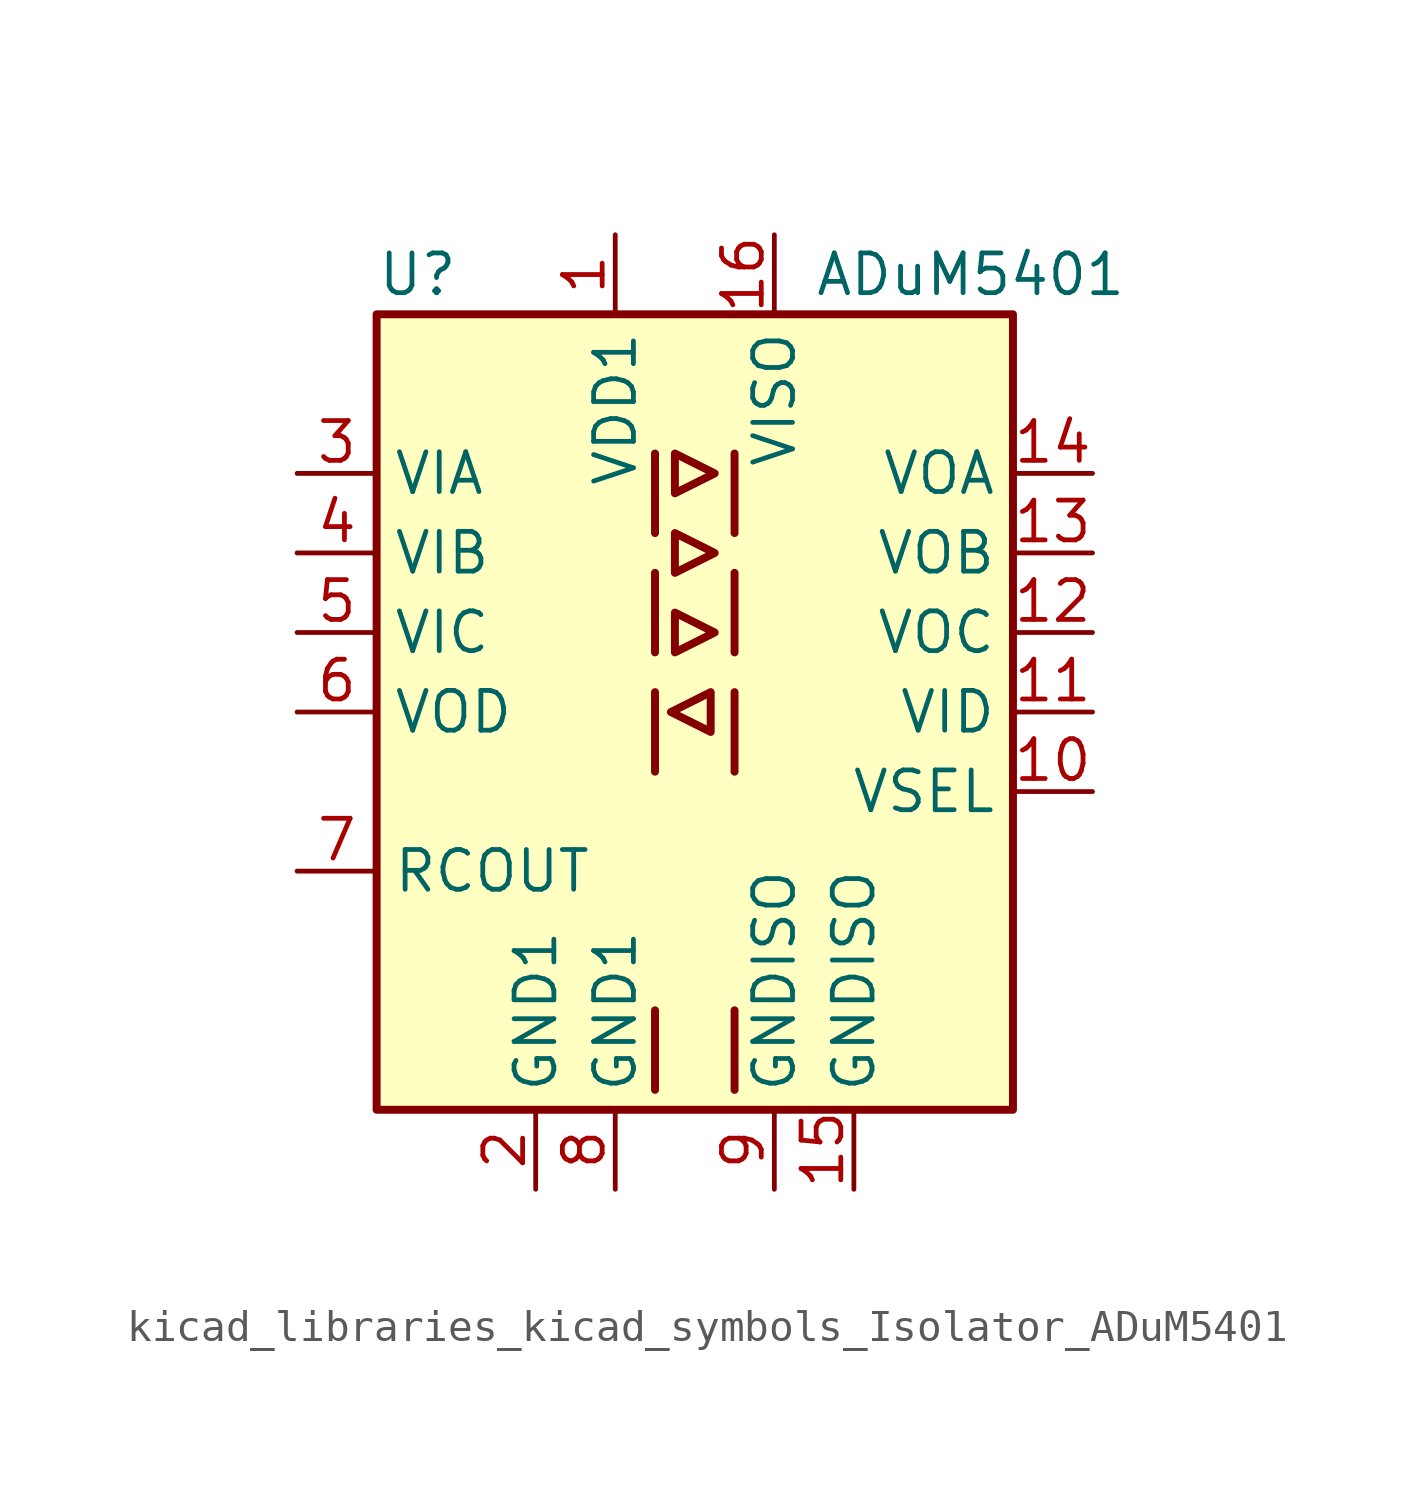
<source format=kicad_sym>
(kicad_symbol_lib
  (version 20220914)
  (generator kicad_symbol_editor)
  (symbol "kicad_libraries_kicad_symbols_Isolator_ADuM5401"
    (property "Reference" "U"
      (at -10.16 13.97 0)
      (effects (font (size 1.27 1.27)) (justify left)))
    (property "Value" "ADuM5401"
      (at 3.81 13.97 0)
      (effects (font (size 1.27 1.27)) (justify left)))
    (symbol "kicad_libraries_kicad_symbols_Isolator_ADuM5401_0_1"
      (rectangle (start -10.16 12.7) (end 10.16 -12.7) (stroke (width 0.254) (type default)) (fill (type background)))
      (polyline (pts (xy -1.27 -9.525) (xy -1.27 -12.065)) (stroke (width 0.254) (type default)) (fill (type none)))
      (polyline (pts (xy -1.27 0.635) (xy -1.27 -1.905)) (stroke (width 0.254) (type default)) (fill (type none)))
      (polyline (pts (xy -1.27 4.445) (xy -1.27 1.905)) (stroke (width 0.254) (type default)) (fill (type none)))
      (polyline (pts (xy -1.27 8.255) (xy -1.27 5.715)) (stroke (width 0.254) (type default)) (fill (type none)))
      (polyline (pts (xy 1.27 -9.525) (xy 1.27 -12.065)) (stroke (width 0.254) (type default)) (fill (type none)))
      (polyline (pts (xy 1.27 0.635) (xy 1.27 -1.905)) (stroke (width 0.254) (type default)) (fill (type none)))
      (polyline (pts (xy 1.27 4.445) (xy 1.27 1.905)) (stroke (width 0.254) (type default)) (fill (type none)))
      (polyline (pts (xy 1.27 8.255) (xy 1.27 5.715)) (stroke (width 0.254) (type default)) (fill (type none)))
      (polyline (pts (xy -0.635 1.905) (xy 0.635 2.54) (xy -0.635 3.175) (xy -0.635 1.905)) (stroke (width 0.254) (type default)) (fill (type none)))
      (polyline (pts (xy -0.635 5.715) (xy -0.635 4.445) (xy 0.635 5.08) (xy -0.635 5.715)) (stroke (width 0.254) (type default)) (fill (type none)))
      (polyline (pts (xy -0.635 6.985) (xy 0.635 7.62) (xy -0.635 8.255) (xy -0.635 6.985)) (stroke (width 0.254) (type default)) (fill (type none)))
      (polyline (pts (xy 0.508 0.635) (xy 0.508 -0.635) (xy -0.762 0) (xy 0.508 0.635)) (stroke (width 0.254) (type default)) (fill (type none))))
    (symbol "kicad_libraries_kicad_symbols_Isolator_ADuM5401_1_1"
      (pin power_in line (at -2.54 15.24 270) (length 2.54) (name "VDD1" (effects (font (size 1.27 1.27)))) (number "1" (effects (font (size 1.27 1.27)))))
      (pin input line (at 12.7 -2.54 180) (length 2.54) (name "VSEL" (effects (font (size 1.27 1.27)))) (number "10" (effects (font (size 1.27 1.27)))))
      (pin input line (at 12.7 0 180) (length 2.54) (name "VID" (effects (font (size 1.27 1.27)))) (number "11" (effects (font (size 1.27 1.27)))))
      (pin output line (at 12.7 2.54 180) (length 2.54) (name "VOC" (effects (font (size 1.27 1.27)))) (number "12" (effects (font (size 1.27 1.27)))))
      (pin output line (at 12.7 5.08 180) (length 2.54) (name "VOB" (effects (font (size 1.27 1.27)))) (number "13" (effects (font (size 1.27 1.27)))))
      (pin output line (at 12.7 7.62 180) (length 2.54) (name "VOA" (effects (font (size 1.27 1.27)))) (number "14" (effects (font (size 1.27 1.27)))))
      (pin power_in line (at 5.08 -15.24 90) (length 2.54) (name "GNDISO" (effects (font (size 1.27 1.27)))) (number "15" (effects (font (size 1.27 1.27)))))
      (pin power_in line (at 2.54 15.24 270) (length 2.54) (name "VISO" (effects (font (size 1.27 1.27)))) (number "16" (effects (font (size 1.27 1.27)))))
      (pin power_in line (at -5.08 -15.24 90) (length 2.54) (name "GND1" (effects (font (size 1.27 1.27)))) (number "2" (effects (font (size 1.27 1.27)))))
      (pin input line (at -12.7 7.62 0) (length 2.54) (name "VIA" (effects (font (size 1.27 1.27)))) (number "3" (effects (font (size 1.27 1.27)))))
      (pin input line (at -12.7 5.08 0) (length 2.54) (name "VIB" (effects (font (size 1.27 1.27)))) (number "4" (effects (font (size 1.27 1.27)))))
      (pin input line (at -12.7 2.54 0) (length 2.54) (name "VIC" (effects (font (size 1.27 1.27)))) (number "5" (effects (font (size 1.27 1.27)))))
      (pin output line (at -12.7 0 0) (length 2.54) (name "VOD" (effects (font (size 1.27 1.27)))) (number "6" (effects (font (size 1.27 1.27)))))
      (pin output line (at -12.7 -5.08 0) (length 2.54) (name "RCOUT" (effects (font (size 1.27 1.27)))) (number "7" (effects (font (size 1.27 1.27)))))
      (pin power_in line (at -2.54 -15.24 90) (length 2.54) (name "GND1" (effects (font (size 1.27 1.27)))) (number "8" (effects (font (size 1.27 1.27)))))
      (pin power_in line (at 2.54 -15.24 90) (length 2.54) (name "GNDISO" (effects (font (size 1.27 1.27)))) (number "9" (effects (font (size 1.27 1.27))))))))
</source>
